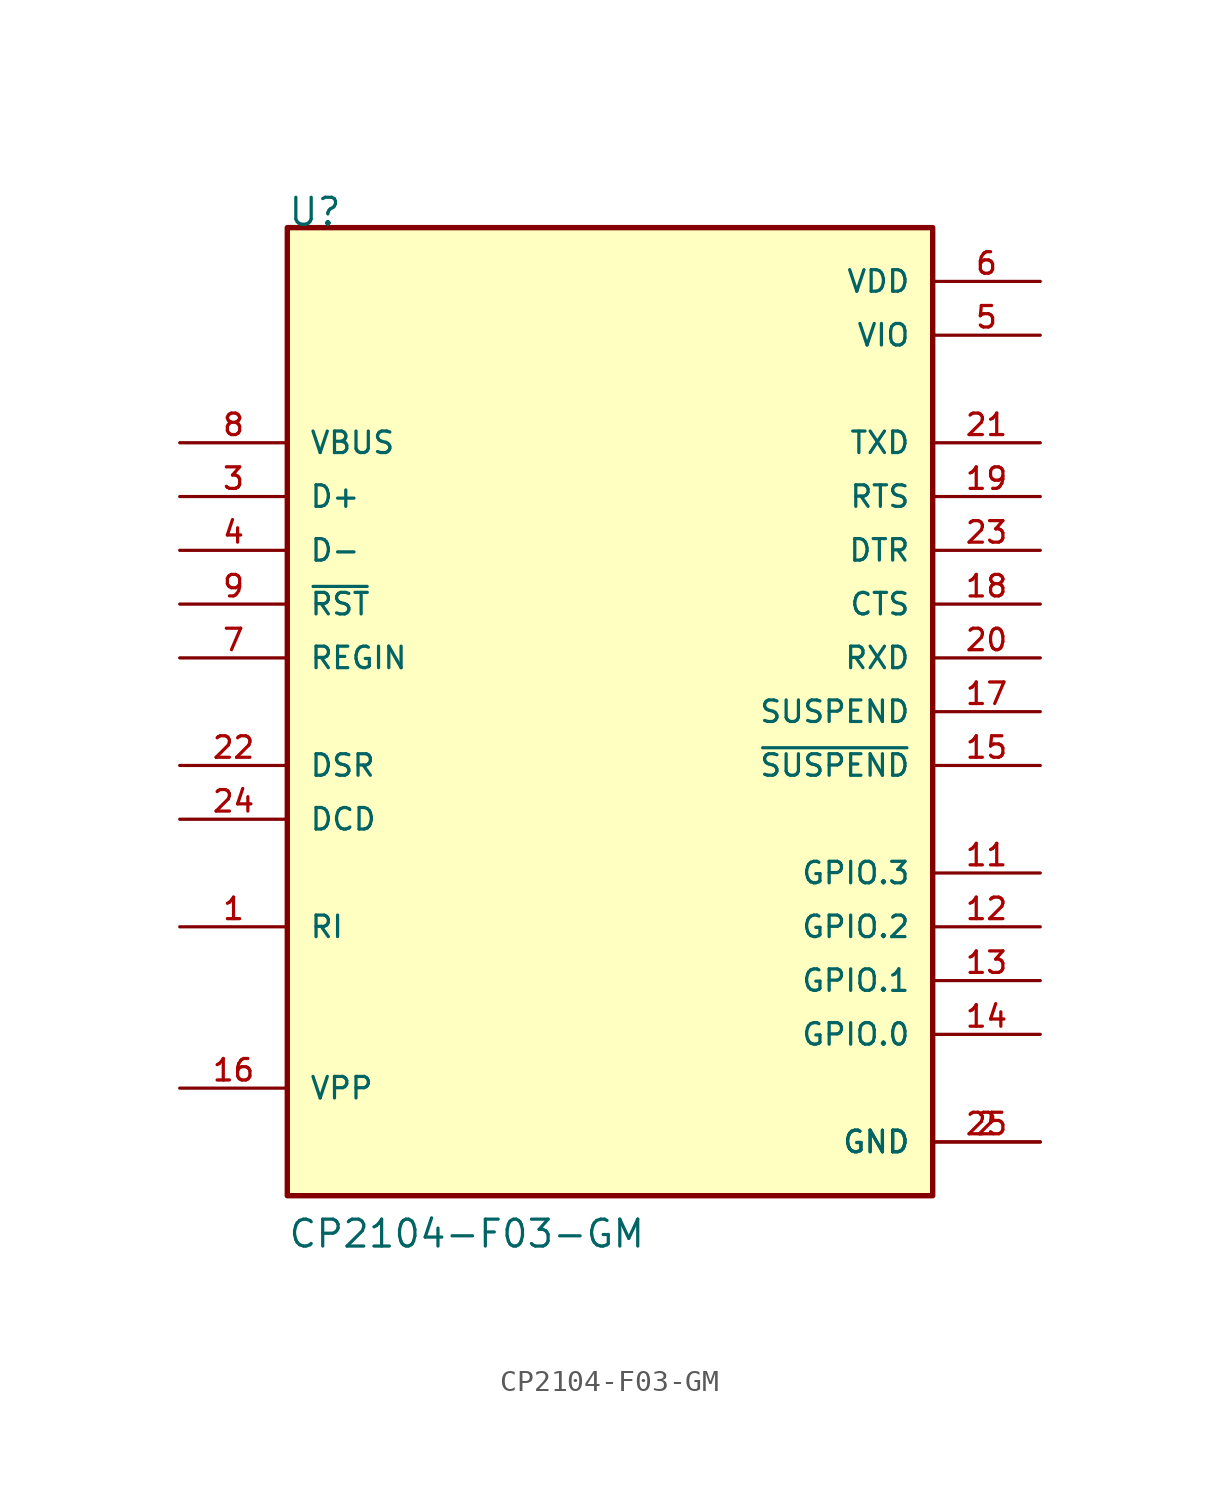
<source format=kicad_sym>
(kicad_symbol_lib
  (version 20211014)
  (generator kicad_symbol_editor)
  (symbol "CP2104-F03-GM"
    (pin_names
      (offset 1.016))
    (property "Reference" "U"
      (at -15.24 22.86 0)
      (effects (font (size 1.27 1.27)) (justify bottom left)))
    (property "Value" "CP2104-F03-GM"
      (at -15.24 -25.4 0)
      (effects (font (size 1.27 1.27)) (justify bottom left)))
    (symbol "CP2104-F03-GM_0_0"
      (rectangle (start -15.24 -22.86) (end 15.24 22.86) (stroke (width 0.254)) (fill (type background)))
      (pin power_in line (at 20.32 20.32 180.0) (length 5.08) (name "VDD" (effects (font (size 1.016 1.016)))) (number "6" (effects (font (size 1.016 1.016)))))
      (pin power_in line (at 20.32 17.78 180.0) (length 5.08) (name "VIO" (effects (font (size 1.016 1.016)))) (number "5" (effects (font (size 1.016 1.016)))))
      (pin power_in line (at 20.32 -20.32 180.0) (length 5.08) (name "GND" (effects (font (size 1.016 1.016)))) (number "2" (effects (font (size 1.016 1.016)))))
      (pin power_in line (at 20.32 -20.32 180.0) (length 5.08) (name "GND" (effects (font (size 1.016 1.016)))) (number "25" (effects (font (size 1.016 1.016)))))
      (pin input line (at -20.32 5.08 0) (length 5.08) (name "~{RST}" (effects (font (size 1.016 1.016)))) (number "9" (effects (font (size 1.016 1.016)))))
      (pin input line (at -20.32 2.54 0) (length 5.08) (name "REGIN" (effects (font (size 1.016 1.016)))) (number "7" (effects (font (size 1.016 1.016)))))
      (pin input line (at -20.32 12.7 0) (length 5.08) (name "VBUS" (effects (font (size 1.016 1.016)))) (number "8" (effects (font (size 1.016 1.016)))))
      (pin passive line (at -20.32 -17.78 0) (length 5.08) (name "VPP" (effects (font (size 1.016 1.016)))) (number "16" (effects (font (size 1.016 1.016)))))
      (pin bidirectional line (at -20.32 10.16 0) (length 5.08) (name "D+" (effects (font (size 1.016 1.016)))) (number "3" (effects (font (size 1.016 1.016)))))
      (pin bidirectional line (at -20.32 7.62 0) (length 5.08) (name "D-" (effects (font (size 1.016 1.016)))) (number "4" (effects (font (size 1.016 1.016)))))
      (pin output line (at 20.32 12.7 180.0) (length 5.08) (name "TXD" (effects (font (size 1.016 1.016)))) (number "21" (effects (font (size 1.016 1.016)))))
      (pin input line (at 20.32 2.54 180.0) (length 5.08) (name "RXD" (effects (font (size 1.016 1.016)))) (number "20" (effects (font (size 1.016 1.016)))))
      (pin input line (at 20.32 5.08 180.0) (length 5.08) (name "CTS" (effects (font (size 1.016 1.016)))) (number "18" (effects (font (size 1.016 1.016)))))
      (pin output line (at 20.32 10.16 180.0) (length 5.08) (name "RTS" (effects (font (size 1.016 1.016)))) (number "19" (effects (font (size 1.016 1.016)))))
      (pin input line (at -20.32 -2.54 0) (length 5.08) (name "DSR" (effects (font (size 1.016 1.016)))) (number "22" (effects (font (size 1.016 1.016)))))
      (pin output line (at 20.32 7.62 180.0) (length 5.08) (name "DTR" (effects (font (size 1.016 1.016)))) (number "23" (effects (font (size 1.016 1.016)))))
      (pin input line (at -20.32 -5.08 0) (length 5.08) (name "DCD" (effects (font (size 1.016 1.016)))) (number "24" (effects (font (size 1.016 1.016)))))
      (pin input line (at -20.32 -10.16 0) (length 5.08) (name "RI" (effects (font (size 1.016 1.016)))) (number "1" (effects (font (size 1.016 1.016)))))
      (pin output line (at 20.32 0.0 180.0) (length 5.08) (name "SUSPEND" (effects (font (size 1.016 1.016)))) (number "17" (effects (font (size 1.016 1.016)))))
      (pin output line (at 20.32 -2.54 180.0) (length 5.08) (name "~{SUSPEND}" (effects (font (size 1.016 1.016)))) (number "15" (effects (font (size 1.016 1.016)))))
      (pin bidirectional line (at 20.32 -7.62 180.0) (length 5.08) (name "GPIO.3" (effects (font (size 1.016 1.016)))) (number "11" (effects (font (size 1.016 1.016)))))
      (pin bidirectional line (at 20.32 -10.16 180.0) (length 5.08) (name "GPIO.2" (effects (font (size 1.016 1.016)))) (number "12" (effects (font (size 1.016 1.016)))))
      (pin bidirectional line (at 20.32 -12.7 180.0) (length 5.08) (name "GPIO.1" (effects (font (size 1.016 1.016)))) (number "13" (effects (font (size 1.016 1.016)))))
      (pin bidirectional line (at 20.32 -15.24 180.0) (length 5.08) (name "GPIO.0" (effects (font (size 1.016 1.016)))) (number "14" (effects (font (size 1.016 1.016))))))))
</source>
